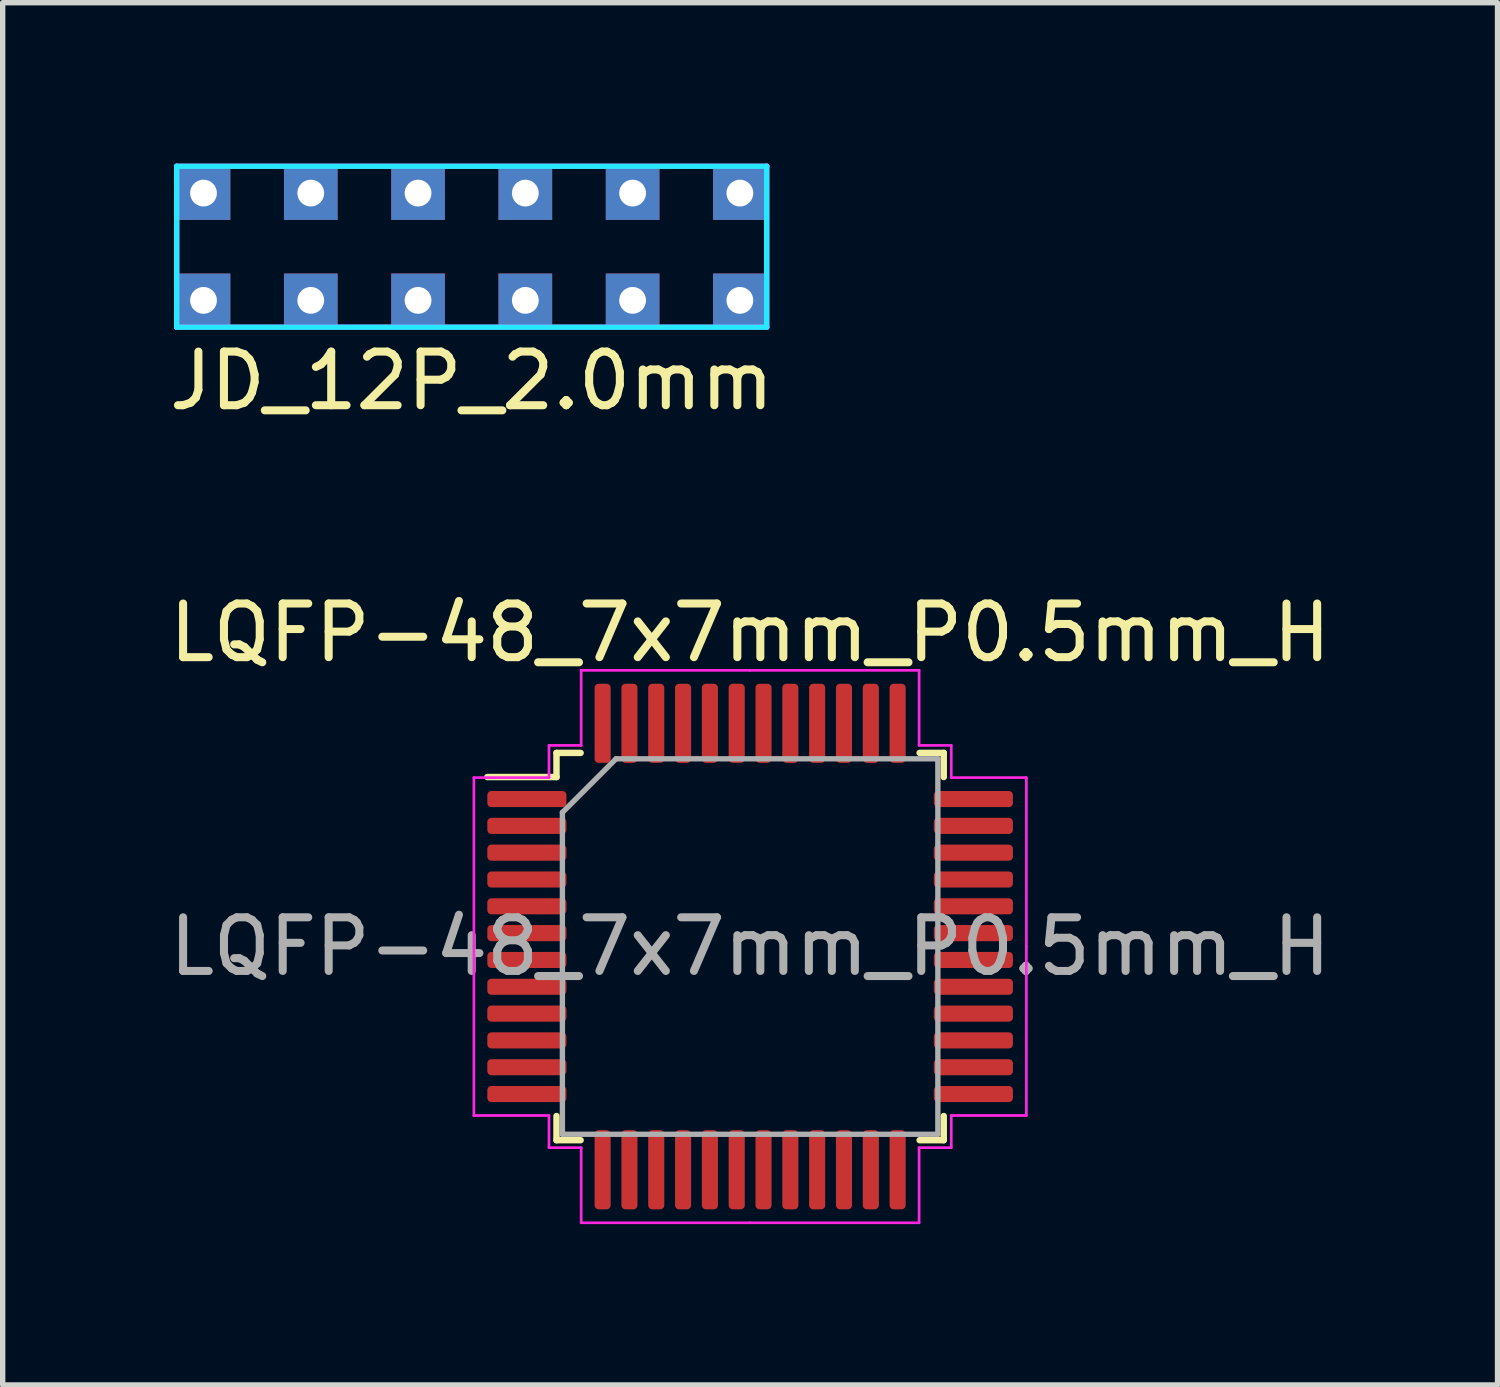
<source format=kicad_pcb>
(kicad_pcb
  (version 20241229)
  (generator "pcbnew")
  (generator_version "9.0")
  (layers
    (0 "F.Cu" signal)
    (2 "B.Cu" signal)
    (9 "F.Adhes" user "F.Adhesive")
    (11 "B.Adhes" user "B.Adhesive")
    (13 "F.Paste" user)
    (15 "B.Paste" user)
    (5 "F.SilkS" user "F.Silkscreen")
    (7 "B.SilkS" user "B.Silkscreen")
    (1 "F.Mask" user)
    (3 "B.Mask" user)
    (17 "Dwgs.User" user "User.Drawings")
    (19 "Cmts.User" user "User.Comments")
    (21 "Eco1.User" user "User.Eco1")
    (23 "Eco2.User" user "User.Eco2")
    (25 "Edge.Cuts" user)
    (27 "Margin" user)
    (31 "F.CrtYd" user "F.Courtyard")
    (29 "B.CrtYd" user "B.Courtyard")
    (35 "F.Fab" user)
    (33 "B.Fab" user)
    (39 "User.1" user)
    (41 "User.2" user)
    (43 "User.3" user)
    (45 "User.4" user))
  (footprint "LQFP-48_7x7mm_P0.5mm_H"
    (layer "F.Cu")
    (at 10.935 14.597)
    (property "Reference" "LQFP-48_7x7mm_P0.5mm_H" (at 0 -5.85 0) (layer "F.SilkS") (effects (font (size 1 1) (thickness 0.15))))
    (attr smd)
    (fp_line (start -3.61 -3.61) (end -3.61 -3.16) (stroke (width 0.12) (type solid)) (layer "F.SilkS"))
    (fp_line (start -3.61 -3.16) (end -4.9 -3.16) (stroke (width 0.12) (type solid)) (layer "F.SilkS"))
    (fp_line (start -3.61 3.61) (end -3.61 3.16) (stroke (width 0.12) (type solid)) (layer "F.SilkS"))
    (fp_line (start -3.16 -3.61) (end -3.61 -3.61) (stroke (width 0.12) (type solid)) (layer "F.SilkS"))
    (fp_line (start -3.16 3.61) (end -3.61 3.61) (stroke (width 0.12) (type solid)) (layer "F.SilkS"))
    (fp_line (start 3.16 -3.61) (end 3.61 -3.61) (stroke (width 0.12) (type solid)) (layer "F.SilkS"))
    (fp_line (start 3.16 3.61) (end 3.61 3.61) (stroke (width 0.12) (type solid)) (layer "F.SilkS"))
    (fp_line (start 3.61 -3.61) (end 3.61 -3.16) (stroke (width 0.12) (type solid)) (layer "F.SilkS"))
    (fp_line (start 3.61 3.61) (end 3.61 3.16) (stroke (width 0.12) (type solid)) (layer "F.SilkS"))
    (fp_line (start -5.15 -3.15) (end -5.15 0) (stroke (width 0.05) (type solid)) (layer "F.CrtYd"))
    (fp_line (start -5.15 3.15) (end -5.15 0) (stroke (width 0.05) (type solid)) (layer "F.CrtYd"))
    (fp_line (start -3.75 -3.75) (end -3.75 -3.15) (stroke (width 0.05) (type solid)) (layer "F.CrtYd"))
    (fp_line (start -3.75 -3.15) (end -5.15 -3.15) (stroke (width 0.05) (type solid)) (layer "F.CrtYd"))
    (fp_line (start -3.75 3.15) (end -5.15 3.15) (stroke (width 0.05) (type solid)) (layer "F.CrtYd"))
    (fp_line (start -3.75 3.75) (end -3.75 3.15) (stroke (width 0.05) (type solid)) (layer "F.CrtYd"))
    (fp_line (start -3.15 -5.15) (end -3.15 -3.75) (stroke (width 0.05) (type solid)) (layer "F.CrtYd"))
    (fp_line (start -3.15 -3.75) (end -3.75 -3.75) (stroke (width 0.05) (type solid)) (layer "F.CrtYd"))
    (fp_line (start -3.15 3.75) (end -3.75 3.75) (stroke (width 0.05) (type solid)) (layer "F.CrtYd"))
    (fp_line (start -3.15 5.15) (end -3.15 3.75) (stroke (width 0.05) (type solid)) (layer "F.CrtYd"))
    (fp_line (start 0 -5.15) (end -3.15 -5.15) (stroke (width 0.05) (type solid)) (layer "F.CrtYd"))
    (fp_line (start 0 -5.15) (end 3.15 -5.15) (stroke (width 0.05) (type solid)) (layer "F.CrtYd"))
    (fp_line (start 0 5.15) (end -3.15 5.15) (stroke (width 0.05) (type solid)) (layer "F.CrtYd"))
    (fp_line (start 0 5.15) (end 3.15 5.15) (stroke (width 0.05) (type solid)) (layer "F.CrtYd"))
    (fp_line (start 3.15 -5.15) (end 3.15 -3.75) (stroke (width 0.05) (type solid)) (layer "F.CrtYd"))
    (fp_line (start 3.15 -3.75) (end 3.75 -3.75) (stroke (width 0.05) (type solid)) (layer "F.CrtYd"))
    (fp_line (start 3.15 3.75) (end 3.75 3.75) (stroke (width 0.05) (type solid)) (layer "F.CrtYd"))
    (fp_line (start 3.15 5.15) (end 3.15 3.75) (stroke (width 0.05) (type solid)) (layer "F.CrtYd"))
    (fp_line (start 3.75 -3.75) (end 3.75 -3.15) (stroke (width 0.05) (type solid)) (layer "F.CrtYd"))
    (fp_line (start 3.75 -3.15) (end 5.15 -3.15) (stroke (width 0.05) (type solid)) (layer "F.CrtYd"))
    (fp_line (start 3.75 3.15) (end 5.15 3.15) (stroke (width 0.05) (type solid)) (layer "F.CrtYd"))
    (fp_line (start 3.75 3.75) (end 3.75 3.15) (stroke (width 0.05) (type solid)) (layer "F.CrtYd"))
    (fp_line (start 5.15 -3.15) (end 5.15 0) (stroke (width 0.05) (type solid)) (layer "F.CrtYd"))
    (fp_line (start 5.15 3.15) (end 5.15 0) (stroke (width 0.05) (type solid)) (layer "F.CrtYd"))
    (fp_line (start -3.5 -2.5) (end -2.5 -3.5) (stroke (width 0.1) (type solid)) (layer "F.Fab"))
    (fp_line (start -3.5 3.5) (end -3.5 -2.5) (stroke (width 0.1) (type solid)) (layer "F.Fab"))
    (fp_line (start -2.5 -3.5) (end 3.5 -3.5) (stroke (width 0.1) (type solid)) (layer "F.Fab"))
    (fp_line (start 3.5 -3.5) (end 3.5 3.5) (stroke (width 0.1) (type solid)) (layer "F.Fab"))
    (fp_line (start 3.5 3.5) (end -3.5 3.5) (stroke (width 0.1) (type solid)) (layer "F.Fab"))
    (fp_text user "${REFERENCE}" (at 0 0 0) (layer "F.Fab") (effects (font (size 1 1) (thickness 0.15))))
    (pad "1" smd roundrect (at -4.162 -2.75) (size 1.475 0.3) (layers "F.Cu" "F.Mask" "F.Paste") (roundrect_rratio 0.25))
    (pad "2" smd roundrect (at -4.162 -2.25) (size 1.475 0.3) (layers "F.Cu" "F.Mask" "F.Paste") (roundrect_rratio 0.25))
    (pad "3" smd roundrect (at -4.162 -1.75) (size 1.475 0.3) (layers "F.Cu" "F.Mask" "F.Paste") (roundrect_rratio 0.25))
    (pad "4" smd roundrect (at -4.162 -1.25) (size 1.475 0.3) (layers "F.Cu" "F.Mask" "F.Paste") (roundrect_rratio 0.25))
    (pad "5" smd roundrect (at -4.162 -0.75) (size 1.475 0.3) (layers "F.Cu" "F.Mask" "F.Paste") (roundrect_rratio 0.25))
    (pad "6" smd roundrect (at -4.162 -0.25) (size 1.475 0.3) (layers "F.Cu" "F.Mask" "F.Paste") (roundrect_rratio 0.25))
    (pad "7" smd roundrect (at -4.162 0.25) (size 1.475 0.3) (layers "F.Cu" "F.Mask" "F.Paste") (roundrect_rratio 0.25))
    (pad "8" smd roundrect (at -4.162 0.75) (size 1.475 0.3) (layers "F.Cu" "F.Mask" "F.Paste") (roundrect_rratio 0.25))
    (pad "9" smd roundrect (at -4.162 1.25) (size 1.475 0.3) (layers "F.Cu" "F.Mask" "F.Paste") (roundrect_rratio 0.25))
    (pad "10" smd roundrect (at -4.162 1.75) (size 1.475 0.3) (layers "F.Cu" "F.Mask" "F.Paste") (roundrect_rratio 0.25))
    (pad "11" smd roundrect (at -4.162 2.25) (size 1.475 0.3) (layers "F.Cu" "F.Mask" "F.Paste") (roundrect_rratio 0.25))
    (pad "12" smd roundrect (at -4.162 2.75) (size 1.475 0.3) (layers "F.Cu" "F.Mask" "F.Paste") (roundrect_rratio 0.25))
    (pad "13" smd roundrect (at -2.75 4.162) (size 0.3 1.475) (layers "F.Cu" "F.Mask" "F.Paste") (roundrect_rratio 0.25))
    (pad "14" smd roundrect (at -2.25 4.162) (size 0.3 1.475) (layers "F.Cu" "F.Mask" "F.Paste") (roundrect_rratio 0.25))
    (pad "15" smd roundrect (at -1.75 4.162) (size 0.3 1.475) (layers "F.Cu" "F.Mask" "F.Paste") (roundrect_rratio 0.25))
    (pad "16" smd roundrect (at -1.25 4.162) (size 0.3 1.475) (layers "F.Cu" "F.Mask" "F.Paste") (roundrect_rratio 0.25))
    (pad "17" smd roundrect (at -0.75 4.162) (size 0.3 1.475) (layers "F.Cu" "F.Mask" "F.Paste") (roundrect_rratio 0.25))
    (pad "18" smd roundrect (at -0.25 4.162) (size 0.3 1.475) (layers "F.Cu" "F.Mask" "F.Paste") (roundrect_rratio 0.25))
    (pad "19" smd roundrect (at 0.25 4.162) (size 0.3 1.475) (layers "F.Cu" "F.Mask" "F.Paste") (roundrect_rratio 0.25))
    (pad "20" smd roundrect (at 0.75 4.162) (size 0.3 1.475) (layers "F.Cu" "F.Mask" "F.Paste") (roundrect_rratio 0.25))
    (pad "21" smd roundrect (at 1.25 4.162) (size 0.3 1.475) (layers "F.Cu" "F.Mask" "F.Paste") (roundrect_rratio 0.25))
    (pad "22" smd roundrect (at 1.75 4.162) (size 0.3 1.475) (layers "F.Cu" "F.Mask" "F.Paste") (roundrect_rratio 0.25))
    (pad "23" smd roundrect (at 2.25 4.162) (size 0.3 1.475) (layers "F.Cu" "F.Mask" "F.Paste") (roundrect_rratio 0.25))
    (pad "24" smd roundrect (at 2.75 4.162) (size 0.3 1.475) (layers "F.Cu" "F.Mask" "F.Paste") (roundrect_rratio 0.25))
    (pad "25" smd roundrect (at 4.162 2.75) (size 1.475 0.3) (layers "F.Cu" "F.Mask" "F.Paste") (roundrect_rratio 0.25))
    (pad "26" smd roundrect (at 4.162 2.25) (size 1.475 0.3) (layers "F.Cu" "F.Mask" "F.Paste") (roundrect_rratio 0.25))
    (pad "27" smd roundrect (at 4.162 1.75) (size 1.475 0.3) (layers "F.Cu" "F.Mask" "F.Paste") (roundrect_rratio 0.25))
    (pad "28" smd roundrect (at 4.162 1.25) (size 1.475 0.3) (layers "F.Cu" "F.Mask" "F.Paste") (roundrect_rratio 0.25))
    (pad "29" smd roundrect (at 4.162 0.75) (size 1.475 0.3) (layers "F.Cu" "F.Mask" "F.Paste") (roundrect_rratio 0.25))
    (pad "30" smd roundrect (at 4.162 0.25) (size 1.475 0.3) (layers "F.Cu" "F.Mask" "F.Paste") (roundrect_rratio 0.25))
    (pad "31" smd roundrect (at 4.162 -0.25) (size 1.475 0.3) (layers "F.Cu" "F.Mask" "F.Paste") (roundrect_rratio 0.25))
    (pad "32" smd roundrect (at 4.162 -0.75) (size 1.475 0.3) (layers "F.Cu" "F.Mask" "F.Paste") (roundrect_rratio 0.25))
    (pad "33" smd roundrect (at 4.162 -1.25) (size 1.475 0.3) (layers "F.Cu" "F.Mask" "F.Paste") (roundrect_rratio 0.25))
    (pad "34" smd roundrect (at 4.162 -1.75) (size 1.475 0.3) (layers "F.Cu" "F.Mask" "F.Paste") (roundrect_rratio 0.25))
    (pad "35" smd roundrect (at 4.162 -2.25) (size 1.475 0.3) (layers "F.Cu" "F.Mask" "F.Paste") (roundrect_rratio 0.25))
    (pad "36" smd roundrect (at 4.162 -2.75) (size 1.475 0.3) (layers "F.Cu" "F.Mask" "F.Paste") (roundrect_rratio 0.25))
    (pad "37" smd roundrect (at 2.75 -4.162) (size 0.3 1.475) (layers "F.Cu" "F.Mask" "F.Paste") (roundrect_rratio 0.25))
    (pad "38" smd roundrect (at 2.25 -4.162) (size 0.3 1.475) (layers "F.Cu" "F.Mask" "F.Paste") (roundrect_rratio 0.25))
    (pad "39" smd roundrect (at 1.75 -4.162) (size 0.3 1.475) (layers "F.Cu" "F.Mask" "F.Paste") (roundrect_rratio 0.25))
    (pad "40" smd roundrect (at 1.25 -4.162) (size 0.3 1.475) (layers "F.Cu" "F.Mask" "F.Paste") (roundrect_rratio 0.25))
    (pad "41" smd roundrect (at 0.75 -4.162) (size 0.3 1.475) (layers "F.Cu" "F.Mask" "F.Paste") (roundrect_rratio 0.25))
    (pad "42" smd roundrect (at 0.25 -4.162) (size 0.3 1.475) (layers "F.Cu" "F.Mask" "F.Paste") (roundrect_rratio 0.25))
    (pad "43" smd roundrect (at -0.25 -4.162) (size 0.3 1.475) (layers "F.Cu" "F.Mask" "F.Paste") (roundrect_rratio 0.25))
    (pad "44" smd roundrect (at -0.75 -4.162) (size 0.3 1.475) (layers "F.Cu" "F.Mask" "F.Paste") (roundrect_rratio 0.25))
    (pad "45" smd roundrect (at -1.25 -4.162) (size 0.3 1.475) (layers "F.Cu" "F.Mask" "F.Paste") (roundrect_rratio 0.25))
    (pad "46" smd roundrect (at -1.75 -4.162) (size 0.3 1.475) (layers "F.Cu" "F.Mask" "F.Paste") (roundrect_rratio 0.25))
    (pad "47" smd roundrect (at -2.25 -4.162) (size 0.3 1.475) (layers "F.Cu" "F.Mask" "F.Paste") (roundrect_rratio 0.25))
    (pad "48" smd roundrect (at -2.75 -4.162) (size 0.3 1.475) (layers "F.Cu" "F.Mask" "F.Paste") (roundrect_rratio 0.25)))
  (footprint "JD_12P_2.0mm"
    (layer "F.Cu")
    (at 5.744 1.55)
    (property "Reference" "JD_12P_2.0mm" (at 0 2.5 0) (layer "F.SilkS") (effects (font (size 1 1) (thickness 0.15))))
    (attr through_hole)
    (fp_line (start -5.5 -1.5) (end 5.5 -1.5) (stroke (width 0.1) (type solid)) (layer "B.CrtYd"))
    (fp_line (start -5.5 1.5) (end -5.5 -1.5) (stroke (width 0.1) (type solid)) (layer "B.CrtYd"))
    (fp_line (start 5.5 -1.5) (end 5.5 1.5) (stroke (width 0.1) (type solid)) (layer "B.CrtYd"))
    (fp_line (start 5.5 1.5) (end -5.5 1.5) (stroke (width 0.1) (type solid)) (layer "B.CrtYd"))
    (fp_line (start -5.5 -1.5) (end 5.5 -1.5) (stroke (width 0.1) (type solid)) (layer "F.CrtYd"))
    (fp_line (start -5.5 1.5) (end -5.5 -1.5) (stroke (width 0.1) (type solid)) (layer "F.CrtYd"))
    (fp_line (start 5.5 -1.5) (end 5.5 1.5) (stroke (width 0.1) (type solid)) (layer "F.CrtYd"))
    (fp_line (start 5.5 1.5) (end -5.5 1.5) (stroke (width 0.1) (type solid)) (layer "F.CrtYd"))
    (pad "1" thru_hole rect (at -5 -1) (size 1 1) (drill 0.5) (layers "*.Cu" "*.Paste" "*.Mask"))
    (pad "2" thru_hole rect (at -5 1) (size 1 1) (drill 0.5) (layers "*.Cu" "*.Paste" "*.Mask"))
    (pad "3" thru_hole rect (at -3 -1) (size 1 1) (drill 0.5) (layers "*.Cu" "*.Paste" "*.Mask"))
    (pad "4" thru_hole rect (at -3 1) (size 1 1) (drill 0.5) (layers "*.Cu" "*.Paste" "*.Mask"))
    (pad "5" thru_hole rect (at -1 -1) (size 1 1) (drill 0.5) (layers "*.Cu" "*.Paste" "*.Mask"))
    (pad "6" thru_hole rect (at -1 1) (size 1 1) (drill 0.5) (layers "*.Cu" "*.Paste" "*.Mask"))
    (pad "7" thru_hole rect (at 1 -1) (size 1 1) (drill 0.5) (layers "*.Cu" "*.Paste" "*.Mask"))
    (pad "8" thru_hole rect (at 1 1) (size 1 1) (drill 0.5) (layers "*.Cu" "*.Paste" "*.Mask"))
    (pad "9" thru_hole rect (at 3 -1) (size 1 1) (drill 0.5) (layers "*.Cu" "*.Paste" "*.Mask"))
    (pad "10" thru_hole rect (at 3 1) (size 1 1) (drill 0.5) (layers "*.Cu" "*.Paste" "*.Mask"))
    (pad "11" thru_hole rect (at 5 -1) (size 1 1) (drill 0.5) (layers "*.Cu" "*.Paste" "*.Mask"))
    (pad "12" thru_hole rect (at 5 1) (size 1 1) (drill 0.5) (layers "*.Cu" "*.Paste" "*.Mask")))
  (gr_rect
    (start -3 -3)
    (end 24.869 22.771)
    (stroke (width 0.1) (type default))
    (fill no)
    (layer "Edge.Cuts")))
</source>
